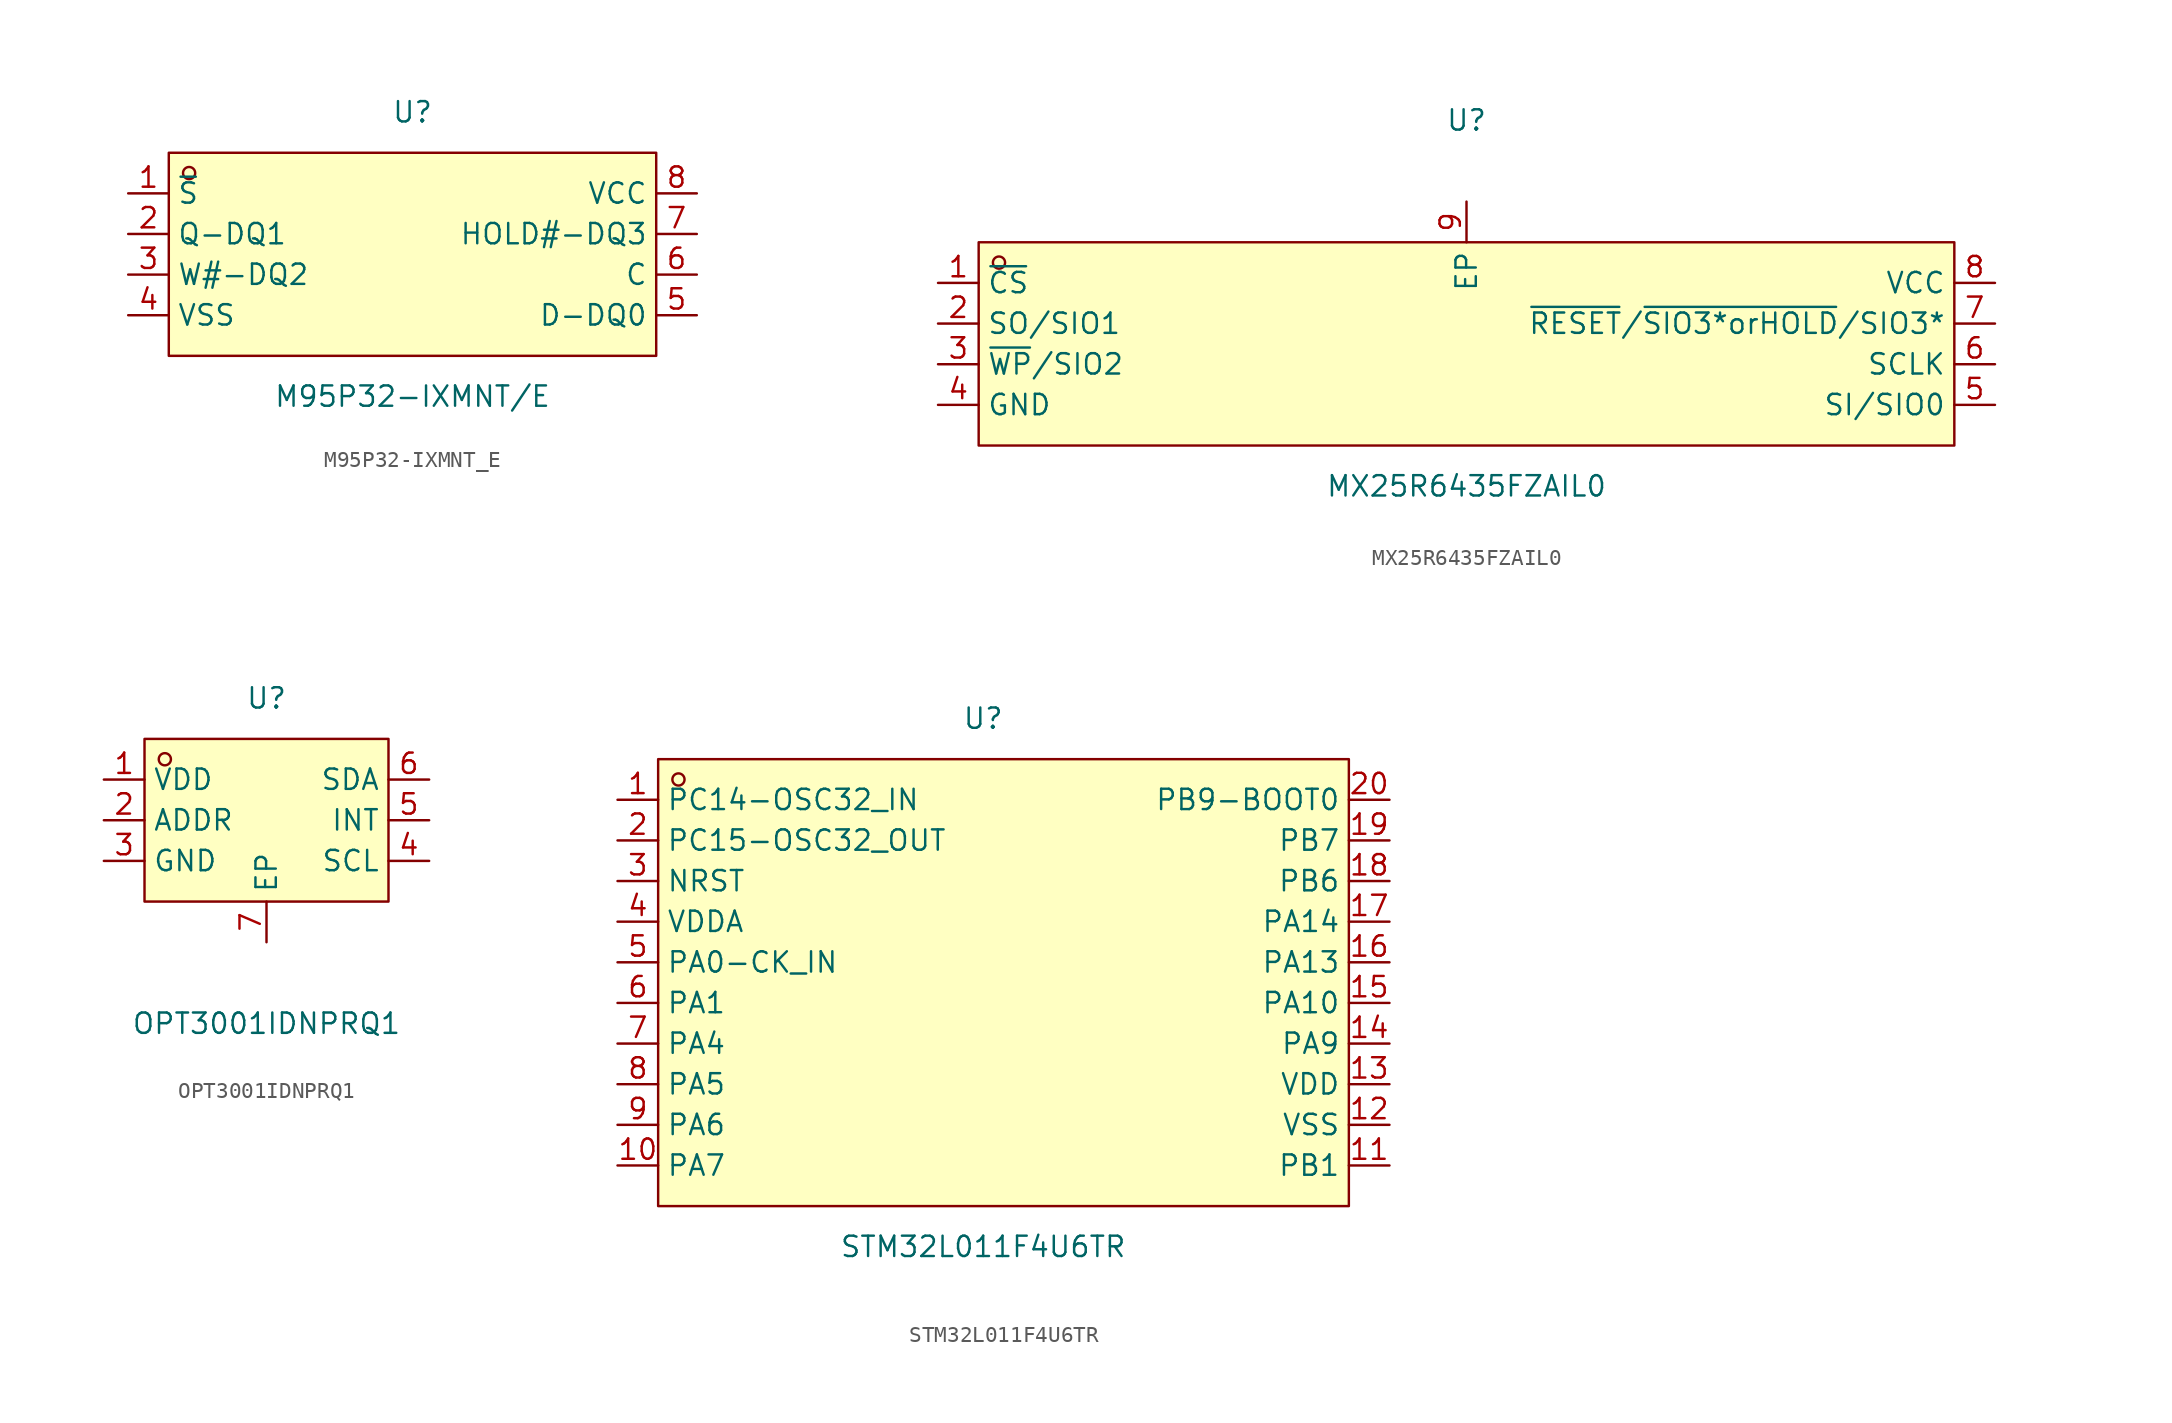
<source format=kicad_sym>
(kicad_symbol_lib
  (version 20211014)
  (generator https://github.com/uPesy/easyeda2kicad.py)
  (symbol "M95P32-IXMNT_E"
    (property "Reference" "U"
      (at 0 8.89 0)
      (effects (font (size 1.27 1.27))))
    (property "Value" "M95P32-IXMNT/E"
      (at 0 -8.89 0)
      (effects (font (size 1.27 1.27))))
    (symbol "M95P32-IXMNT_E_0_1"
      (rectangle (start -15.24 6.35) (end 15.24 -6.35) (stroke (width 0) (type default) (color 0 0 0 0)) (fill (type background)))
      (circle (center -13.97 5.08) (radius 0.38) (stroke (width 0) (type default) (color 0 0 0 0)) (fill (type none)))
      (pin unspecified line (at -17.78 3.81 0) (length 2.54) (name "~{S}" (effects (font (size 1.27 1.27)))) (number "1" (effects (font (size 1.27 1.27)))))
      (pin unspecified line (at -17.78 1.27 0) (length 2.54) (name "Q-DQ1" (effects (font (size 1.27 1.27)))) (number "2" (effects (font (size 1.27 1.27)))))
      (pin unspecified line (at -17.78 -1.27 0) (length 2.54) (name "W#-DQ2" (effects (font (size 1.27 1.27)))) (number "3" (effects (font (size 1.27 1.27)))))
      (pin unspecified line (at -17.78 -3.81 0) (length 2.54) (name "VSS" (effects (font (size 1.27 1.27)))) (number "4" (effects (font (size 1.27 1.27)))))
      (pin unspecified line (at 17.78 -3.81 180) (length 2.54) (name "D-DQ0" (effects (font (size 1.27 1.27)))) (number "5" (effects (font (size 1.27 1.27)))))
      (pin unspecified line (at 17.78 -1.27 180) (length 2.54) (name "C" (effects (font (size 1.27 1.27)))) (number "6" (effects (font (size 1.27 1.27)))))
      (pin unspecified line (at 17.78 1.27 180) (length 2.54) (name "HOLD#-DQ3" (effects (font (size 1.27 1.27)))) (number "7" (effects (font (size 1.27 1.27)))))
      (pin unspecified line (at 17.78 3.81 180) (length 2.54) (name "VCC" (effects (font (size 1.27 1.27)))) (number "8" (effects (font (size 1.27 1.27)))))))
  (symbol "MX25R6435FZAIL0"
    (property "Reference" "U"
      (at 0 13.97 0)
      (effects (font (size 1.27 1.27))))
    (property "Value" "MX25R6435FZAIL0"
      (at 0 -8.89 0)
      (effects (font (size 1.27 1.27))))
    (symbol "MX25R6435FZAIL0_0_1"
      (rectangle (start -30.48 6.35) (end 30.48 -6.35) (stroke (width 0) (type default) (color 0 0 0 0)) (fill (type background)))
      (circle (center -29.21 5.08) (radius 0.38) (stroke (width 0) (type default) (color 0 0 0 0)) (fill (type none)))
      (pin unspecified line (at -33.02 3.81 0) (length 2.54) (name "~{CS}" (effects (font (size 1.27 1.27)))) (number "1" (effects (font (size 1.27 1.27)))))
      (pin unspecified line (at -33.02 1.27 0) (length 2.54) (name "SO/SIO1" (effects (font (size 1.27 1.27)))) (number "2" (effects (font (size 1.27 1.27)))))
      (pin unspecified line (at -33.02 -1.27 0) (length 2.54) (name "~{WP}/SIO2" (effects (font (size 1.27 1.27)))) (number "3" (effects (font (size 1.27 1.27)))))
      (pin unspecified line (at -33.02 -3.81 0) (length 2.54) (name "GND" (effects (font (size 1.27 1.27)))) (number "4" (effects (font (size 1.27 1.27)))))
      (pin unspecified line (at 33.02 -3.81 180) (length 2.54) (name "SI/SIO0" (effects (font (size 1.27 1.27)))) (number "5" (effects (font (size 1.27 1.27)))))
      (pin unspecified line (at 33.02 -1.27 180) (length 2.54) (name "SCLK" (effects (font (size 1.27 1.27)))) (number "6" (effects (font (size 1.27 1.27)))))
      (pin unspecified line (at 33.02 1.27 180) (length 2.54) (name "~{RESET}/~{SIO3*orHOLD}/SIO3*" (effects (font (size 1.27 1.27)))) (number "7" (effects (font (size 1.27 1.27)))))
      (pin unspecified line (at 33.02 3.81 180) (length 2.54) (name "VCC" (effects (font (size 1.27 1.27)))) (number "8" (effects (font (size 1.27 1.27)))))
      (pin unspecified line (at 0.00 8.89 270) (length 2.54) (name "EP" (effects (font (size 1.27 1.27)))) (number "9" (effects (font (size 1.27 1.27)))))))
  (symbol "OPT3001IDNPRQ1"
    (property "Reference" "U"
      (at 0 8.89 0)
      (effects (font (size 1.27 1.27))))
    (property "Value" "OPT3001IDNPRQ1"
      (at 0 -11.43 0)
      (effects (font (size 1.27 1.27))))
    (symbol "OPT3001IDNPRQ1_0_1"
      (rectangle (start -7.62 6.35) (end 7.62 -3.81) (stroke (width 0) (type default) (color 0 0 0 0)) (fill (type background)))
      (circle (center -6.35 5.08) (radius 0.38) (stroke (width 0) (type default) (color 0 0 0 0)) (fill (type none)))
      (pin unspecified line (at 0.00 -6.35 90) (length 2.54) (name "EP" (effects (font (size 1.27 1.27)))) (number "7" (effects (font (size 1.27 1.27)))))
      (pin unspecified line (at 10.16 3.81 180) (length 2.54) (name "SDA" (effects (font (size 1.27 1.27)))) (number "6" (effects (font (size 1.27 1.27)))))
      (pin unspecified line (at 10.16 1.27 180) (length 2.54) (name "INT" (effects (font (size 1.27 1.27)))) (number "5" (effects (font (size 1.27 1.27)))))
      (pin unspecified line (at 10.16 -1.27 180) (length 2.54) (name "SCL" (effects (font (size 1.27 1.27)))) (number "4" (effects (font (size 1.27 1.27)))))
      (pin unspecified line (at -10.16 -1.27 0) (length 2.54) (name "GND" (effects (font (size 1.27 1.27)))) (number "3" (effects (font (size 1.27 1.27)))))
      (pin unspecified line (at -10.16 1.27 0) (length 2.54) (name "ADDR" (effects (font (size 1.27 1.27)))) (number "2" (effects (font (size 1.27 1.27)))))
      (pin unspecified line (at -10.16 3.81 0) (length 2.54) (name "VDD" (effects (font (size 1.27 1.27)))) (number "1" (effects (font (size 1.27 1.27)))))))
  (symbol "STM32L011F4U6TR"
    (property "Reference" "U"
      (at 0 15.24 0)
      (effects (font (size 1.27 1.27))))
    (property "Value" "STM32L011F4U6TR"
      (at 0 -17.78 0)
      (effects (font (size 1.27 1.27))))
    (symbol "STM32L011F4U6TR_0_1"
      (rectangle (start -20.32 12.70) (end 22.86 -15.24) (stroke (width 0) (type default) (color 0 0 0 0)) (fill (type background)))
      (circle (center -19.05 11.43) (radius 0.38) (stroke (width 0) (type default) (color 0 0 0 0)) (fill (type none)))
      (pin unspecified line (at 25.40 10.16 180) (length 2.54) (name "PB9-BOOT0" (effects (font (size 1.27 1.27)))) (number "20" (effects (font (size 1.27 1.27)))))
      (pin unspecified line (at 25.40 7.62 180) (length 2.54) (name "PB7" (effects (font (size 1.27 1.27)))) (number "19" (effects (font (size 1.27 1.27)))))
      (pin unspecified line (at 25.40 5.08 180) (length 2.54) (name "PB6" (effects (font (size 1.27 1.27)))) (number "18" (effects (font (size 1.27 1.27)))))
      (pin unspecified line (at 25.40 2.54 180) (length 2.54) (name "PA14" (effects (font (size 1.27 1.27)))) (number "17" (effects (font (size 1.27 1.27)))))
      (pin unspecified line (at 25.40 -0.00 180) (length 2.54) (name "PA13" (effects (font (size 1.27 1.27)))) (number "16" (effects (font (size 1.27 1.27)))))
      (pin unspecified line (at 25.40 -2.54 180) (length 2.54) (name "PA10" (effects (font (size 1.27 1.27)))) (number "15" (effects (font (size 1.27 1.27)))))
      (pin unspecified line (at 25.40 -5.08 180) (length 2.54) (name "PA9" (effects (font (size 1.27 1.27)))) (number "14" (effects (font (size 1.27 1.27)))))
      (pin unspecified line (at 25.40 -7.62 180) (length 2.54) (name "VDD" (effects (font (size 1.27 1.27)))) (number "13" (effects (font (size 1.27 1.27)))))
      (pin unspecified line (at 25.40 -10.16 180) (length 2.54) (name "VSS" (effects (font (size 1.27 1.27)))) (number "12" (effects (font (size 1.27 1.27)))))
      (pin unspecified line (at 25.40 -12.70 180) (length 2.54) (name "PB1" (effects (font (size 1.27 1.27)))) (number "11" (effects (font (size 1.27 1.27)))))
      (pin unspecified line (at -22.86 -12.70 0) (length 2.54) (name "PA7" (effects (font (size 1.27 1.27)))) (number "10" (effects (font (size 1.27 1.27)))))
      (pin unspecified line (at -22.86 -10.16 0) (length 2.54) (name "PA6" (effects (font (size 1.27 1.27)))) (number "9" (effects (font (size 1.27 1.27)))))
      (pin unspecified line (at -22.86 -7.62 0) (length 2.54) (name "PA5" (effects (font (size 1.27 1.27)))) (number "8" (effects (font (size 1.27 1.27)))))
      (pin unspecified line (at -22.86 -5.08 0) (length 2.54) (name "PA4" (effects (font (size 1.27 1.27)))) (number "7" (effects (font (size 1.27 1.27)))))
      (pin unspecified line (at -22.86 -2.54 0) (length 2.54) (name "PA1" (effects (font (size 1.27 1.27)))) (number "6" (effects (font (size 1.27 1.27)))))
      (pin unspecified line (at -22.86 -0.00 0) (length 2.54) (name "PA0-CK_IN" (effects (font (size 1.27 1.27)))) (number "5" (effects (font (size 1.27 1.27)))))
      (pin unspecified line (at -22.86 2.54 0) (length 2.54) (name "VDDA" (effects (font (size 1.27 1.27)))) (number "4" (effects (font (size 1.27 1.27)))))
      (pin unspecified line (at -22.86 5.08 0) (length 2.54) (name "NRST" (effects (font (size 1.27 1.27)))) (number "3" (effects (font (size 1.27 1.27)))))
      (pin unspecified line (at -22.86 7.62 0) (length 2.54) (name "PC15-OSC32_OUT" (effects (font (size 1.27 1.27)))) (number "2" (effects (font (size 1.27 1.27)))))
      (pin unspecified line (at -22.86 10.16 0) (length 2.54) (name "PC14-OSC32_IN" (effects (font (size 1.27 1.27)))) (number "1" (effects (font (size 1.27 1.27))))))))
</source>
